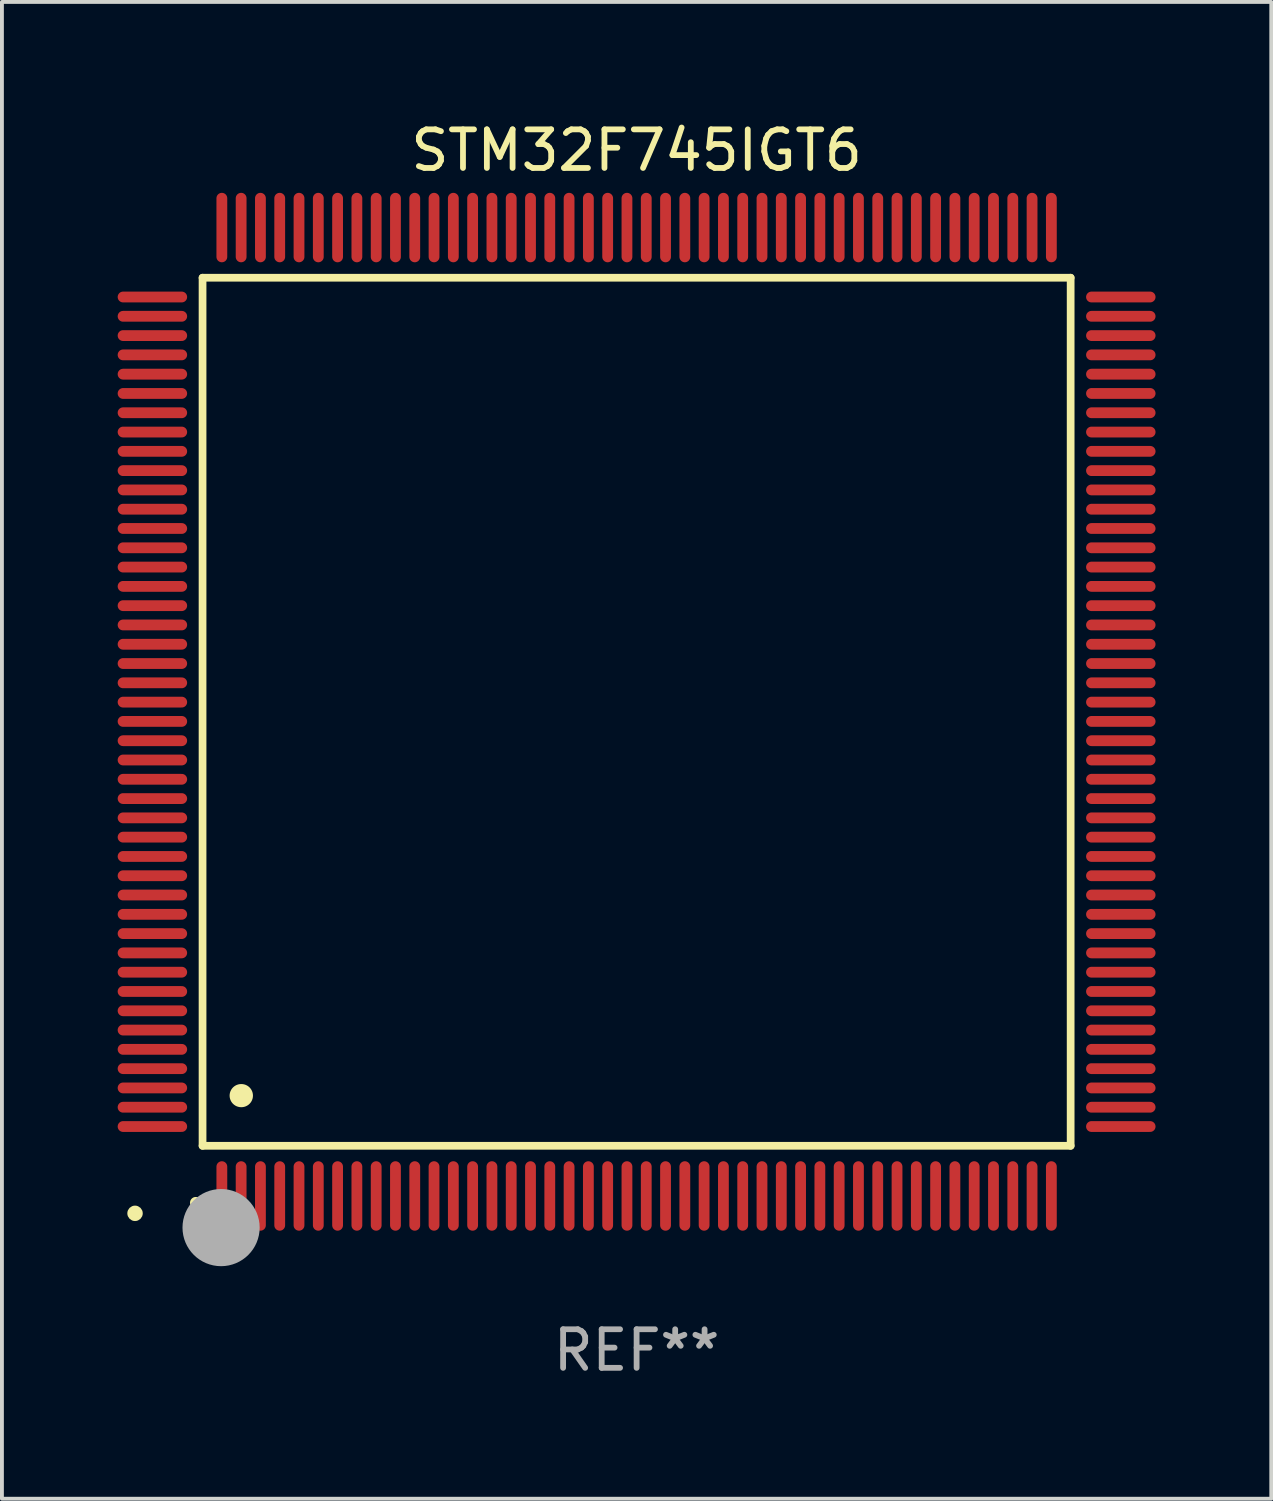
<source format=kicad_pcb>
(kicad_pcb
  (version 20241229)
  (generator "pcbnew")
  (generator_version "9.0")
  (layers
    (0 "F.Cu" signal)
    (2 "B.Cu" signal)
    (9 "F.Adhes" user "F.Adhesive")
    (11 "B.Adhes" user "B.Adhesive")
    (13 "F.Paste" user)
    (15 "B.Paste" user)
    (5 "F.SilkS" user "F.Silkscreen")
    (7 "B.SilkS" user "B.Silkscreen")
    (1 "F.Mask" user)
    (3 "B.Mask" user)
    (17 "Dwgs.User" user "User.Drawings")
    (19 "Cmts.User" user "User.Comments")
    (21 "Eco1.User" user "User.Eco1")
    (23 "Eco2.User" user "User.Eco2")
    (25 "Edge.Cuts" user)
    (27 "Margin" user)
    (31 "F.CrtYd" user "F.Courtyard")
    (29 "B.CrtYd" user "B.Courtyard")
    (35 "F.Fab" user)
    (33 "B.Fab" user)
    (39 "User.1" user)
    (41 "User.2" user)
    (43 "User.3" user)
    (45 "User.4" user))
  (footprint "STM32F745IGT6"
    (layer "F.Cu")
    (at 13.45 15.398)
    (property "Reference" "STM32F745IGT6" (at 0 -14.55 0) (layer "F.SilkS") (effects (font (size 1 1) (thickness 0.15))))
    (attr through_hole)
    (fp_line (start -11.25 -11.25) (end 11.25 -11.25) (stroke (width 0.2) (type solid)) (layer "F.SilkS"))
    (fp_line (start -11.25 11.25) (end -11.25 -11.25) (stroke (width 0.2) (type solid)) (layer "F.SilkS"))
    (fp_line (start 11.25 -11.25) (end 11.25 11.25) (stroke (width 0.2) (type solid)) (layer "F.SilkS"))
    (fp_line (start 11.25 11.25) (end -11.25 11.25) (stroke (width 0.2) (type solid)) (layer "F.SilkS"))
    (fp_arc (start -11.424943 12.725425) (mid -11.423673 12.72542) (end -11.422403 12.725425) (stroke (width 0.3) (type solid)) (layer "F.SilkS"))
    (fp_arc (start -10.24892 9.9492) (mid -10.24638 9.949189) (end -10.24384 9.9492) (stroke (width 0.6) (type solid)) (layer "F.SilkS"))
    (fp_circle (center -13 13) (end -12.9 13) (stroke (width 0.2) (type solid)) (fill no) (layer "F.SilkS"))
    (fp_circle (center -10.77 13.37) (end -10.27 13.37) (stroke (width 1) (type solid)) (fill no) (layer "F.Fab"))
    (fp_text user "REF**" (at 0 16.55 0) (layer "F.Fab") (effects (font (size 1 1) (thickness 0.15))))
    (pad "1" smd oval (at -10.75 12.55) (size 0.28 1.8) (layers "F.Cu" "F.Mask" "F.Paste"))
    (pad "2" smd oval (at -10.25 12.55) (size 0.28 1.8) (layers "F.Cu" "F.Mask" "F.Paste"))
    (pad "3" smd oval (at -9.75 12.55) (size 0.28 1.8) (layers "F.Cu" "F.Mask" "F.Paste"))
    (pad "4" smd oval (at -9.25 12.55) (size 0.28 1.8) (layers "F.Cu" "F.Mask" "F.Paste"))
    (pad "5" smd oval (at -8.75 12.55) (size 0.28 1.8) (layers "F.Cu" "F.Mask" "F.Paste"))
    (pad "6" smd oval (at -8.25 12.55) (size 0.28 1.8) (layers "F.Cu" "F.Mask" "F.Paste"))
    (pad "7" smd oval (at -7.75 12.55) (size 0.28 1.8) (layers "F.Cu" "F.Mask" "F.Paste"))
    (pad "8" smd oval (at -7.25 12.55) (size 0.28 1.8) (layers "F.Cu" "F.Mask" "F.Paste"))
    (pad "9" smd oval (at -6.75 12.55) (size 0.28 1.8) (layers "F.Cu" "F.Mask" "F.Paste"))
    (pad "10" smd oval (at -6.25 12.55) (size 0.28 1.8) (layers "F.Cu" "F.Mask" "F.Paste"))
    (pad "11" smd oval (at -5.75 12.55) (size 0.28 1.8) (layers "F.Cu" "F.Mask" "F.Paste"))
    (pad "12" smd oval (at -5.25 12.55) (size 0.28 1.8) (layers "F.Cu" "F.Mask" "F.Paste"))
    (pad "13" smd oval (at -4.75 12.55) (size 0.28 1.8) (layers "F.Cu" "F.Mask" "F.Paste"))
    (pad "14" smd oval (at -4.25 12.55) (size 0.28 1.8) (layers "F.Cu" "F.Mask" "F.Paste"))
    (pad "15" smd oval (at -3.75 12.55) (size 0.28 1.8) (layers "F.Cu" "F.Mask" "F.Paste"))
    (pad "16" smd oval (at -3.25 12.55) (size 0.28 1.8) (layers "F.Cu" "F.Mask" "F.Paste"))
    (pad "17" smd oval (at -2.75 12.55) (size 0.28 1.8) (layers "F.Cu" "F.Mask" "F.Paste"))
    (pad "18" smd oval (at -2.25 12.55) (size 0.28 1.8) (layers "F.Cu" "F.Mask" "F.Paste"))
    (pad "19" smd oval (at -1.75 12.55) (size 0.28 1.8) (layers "F.Cu" "F.Mask" "F.Paste"))
    (pad "20" smd oval (at -1.25 12.55) (size 0.28 1.8) (layers "F.Cu" "F.Mask" "F.Paste"))
    (pad "21" smd oval (at -0.75 12.55) (size 0.28 1.8) (layers "F.Cu" "F.Mask" "F.Paste"))
    (pad "22" smd oval (at -0.25 12.55) (size 0.28 1.8) (layers "F.Cu" "F.Mask" "F.Paste"))
    (pad "23" smd oval (at 0.25 12.55) (size 0.28 1.8) (layers "F.Cu" "F.Mask" "F.Paste"))
    (pad "24" smd oval (at 0.75 12.55) (size 0.28 1.8) (layers "F.Cu" "F.Mask" "F.Paste"))
    (pad "25" smd oval (at 1.25 12.55) (size 0.28 1.8) (layers "F.Cu" "F.Mask" "F.Paste"))
    (pad "26" smd oval (at 1.75 12.55) (size 0.28 1.8) (layers "F.Cu" "F.Mask" "F.Paste"))
    (pad "27" smd oval (at 2.25 12.55) (size 0.28 1.8) (layers "F.Cu" "F.Mask" "F.Paste"))
    (pad "28" smd oval (at 2.75 12.55) (size 0.28 1.8) (layers "F.Cu" "F.Mask" "F.Paste"))
    (pad "29" smd oval (at 3.25 12.55) (size 0.28 1.8) (layers "F.Cu" "F.Mask" "F.Paste"))
    (pad "30" smd oval (at 3.75 12.55) (size 0.28 1.8) (layers "F.Cu" "F.Mask" "F.Paste"))
    (pad "31" smd oval (at 4.25 12.55) (size 0.28 1.8) (layers "F.Cu" "F.Mask" "F.Paste"))
    (pad "32" smd oval (at 4.75 12.55) (size 0.28 1.8) (layers "F.Cu" "F.Mask" "F.Paste"))
    (pad "33" smd oval (at 5.25 12.55) (size 0.28 1.8) (layers "F.Cu" "F.Mask" "F.Paste"))
    (pad "34" smd oval (at 5.75 12.55) (size 0.28 1.8) (layers "F.Cu" "F.Mask" "F.Paste"))
    (pad "35" smd oval (at 6.25 12.55) (size 0.28 1.8) (layers "F.Cu" "F.Mask" "F.Paste"))
    (pad "36" smd oval (at 6.75 12.55) (size 0.28 1.8) (layers "F.Cu" "F.Mask" "F.Paste"))
    (pad "37" smd oval (at 7.25 12.55) (size 0.28 1.8) (layers "F.Cu" "F.Mask" "F.Paste"))
    (pad "38" smd oval (at 7.75 12.55) (size 0.28 1.8) (layers "F.Cu" "F.Mask" "F.Paste"))
    (pad "39" smd oval (at 8.25 12.55) (size 0.28 1.8) (layers "F.Cu" "F.Mask" "F.Paste"))
    (pad "40" smd oval (at 8.75 12.55) (size 0.28 1.8) (layers "F.Cu" "F.Mask" "F.Paste"))
    (pad "41" smd oval (at 9.25 12.55) (size 0.28 1.8) (layers "F.Cu" "F.Mask" "F.Paste"))
    (pad "42" smd oval (at 9.75 12.55) (size 0.28 1.8) (layers "F.Cu" "F.Mask" "F.Paste"))
    (pad "43" smd oval (at 10.25 12.55) (size 0.28 1.8) (layers "F.Cu" "F.Mask" "F.Paste"))
    (pad "44" smd oval (at 10.75 12.55) (size 0.28 1.8) (layers "F.Cu" "F.Mask" "F.Paste"))
    (pad "45" smd oval (at 12.55 10.75) (size 1.8 0.28) (layers "F.Cu" "F.Mask" "F.Paste"))
    (pad "46" smd oval (at 12.55 10.25) (size 1.8 0.28) (layers "F.Cu" "F.Mask" "F.Paste"))
    (pad "47" smd oval (at 12.55 9.75) (size 1.8 0.28) (layers "F.Cu" "F.Mask" "F.Paste"))
    (pad "48" smd oval (at 12.55 9.25) (size 1.8 0.28) (layers "F.Cu" "F.Mask" "F.Paste"))
    (pad "49" smd oval (at 12.55 8.75) (size 1.8 0.28) (layers "F.Cu" "F.Mask" "F.Paste"))
    (pad "50" smd oval (at 12.55 8.25) (size 1.8 0.28) (layers "F.Cu" "F.Mask" "F.Paste"))
    (pad "51" smd oval (at 12.55 7.75) (size 1.8 0.28) (layers "F.Cu" "F.Mask" "F.Paste"))
    (pad "52" smd oval (at 12.55 7.25) (size 1.8 0.28) (layers "F.Cu" "F.Mask" "F.Paste"))
    (pad "53" smd oval (at 12.55 6.75) (size 1.8 0.28) (layers "F.Cu" "F.Mask" "F.Paste"))
    (pad "54" smd oval (at 12.55 6.25) (size 1.8 0.28) (layers "F.Cu" "F.Mask" "F.Paste"))
    (pad "55" smd oval (at 12.55 5.75) (size 1.8 0.28) (layers "F.Cu" "F.Mask" "F.Paste"))
    (pad "56" smd oval (at 12.55 5.25) (size 1.8 0.28) (layers "F.Cu" "F.Mask" "F.Paste"))
    (pad "57" smd oval (at 12.55 4.75) (size 1.8 0.28) (layers "F.Cu" "F.Mask" "F.Paste"))
    (pad "58" smd oval (at 12.55 4.25) (size 1.8 0.28) (layers "F.Cu" "F.Mask" "F.Paste"))
    (pad "59" smd oval (at 12.55 3.75) (size 1.8 0.28) (layers "F.Cu" "F.Mask" "F.Paste"))
    (pad "60" smd oval (at 12.55 3.25) (size 1.8 0.28) (layers "F.Cu" "F.Mask" "F.Paste"))
    (pad "61" smd oval (at 12.55 2.75) (size 1.8 0.28) (layers "F.Cu" "F.Mask" "F.Paste"))
    (pad "62" smd oval (at 12.55 2.25) (size 1.8 0.28) (layers "F.Cu" "F.Mask" "F.Paste"))
    (pad "63" smd oval (at 12.55 1.75) (size 1.8 0.28) (layers "F.Cu" "F.Mask" "F.Paste"))
    (pad "64" smd oval (at 12.55 1.25) (size 1.8 0.28) (layers "F.Cu" "F.Mask" "F.Paste"))
    (pad "65" smd oval (at 12.55 0.75) (size 1.8 0.28) (layers "F.Cu" "F.Mask" "F.Paste"))
    (pad "66" smd oval (at 12.55 0.25) (size 1.8 0.28) (layers "F.Cu" "F.Mask" "F.Paste"))
    (pad "67" smd oval (at 12.55 -0.25) (size 1.8 0.28) (layers "F.Cu" "F.Mask" "F.Paste"))
    (pad "68" smd oval (at 12.55 -0.75) (size 1.8 0.28) (layers "F.Cu" "F.Mask" "F.Paste"))
    (pad "69" smd oval (at 12.55 -1.25) (size 1.8 0.28) (layers "F.Cu" "F.Mask" "F.Paste"))
    (pad "70" smd oval (at 12.55 -1.75) (size 1.8 0.28) (layers "F.Cu" "F.Mask" "F.Paste"))
    (pad "71" smd oval (at 12.55 -2.25) (size 1.8 0.28) (layers "F.Cu" "F.Mask" "F.Paste"))
    (pad "72" smd oval (at 12.55 -2.75) (size 1.8 0.28) (layers "F.Cu" "F.Mask" "F.Paste"))
    (pad "73" smd oval (at 12.55 -3.25) (size 1.8 0.28) (layers "F.Cu" "F.Mask" "F.Paste"))
    (pad "74" smd oval (at 12.55 -3.75) (size 1.8 0.28) (layers "F.Cu" "F.Mask" "F.Paste"))
    (pad "75" smd oval (at 12.55 -4.25) (size 1.8 0.28) (layers "F.Cu" "F.Mask" "F.Paste"))
    (pad "76" smd oval (at 12.55 -4.75) (size 1.8 0.28) (layers "F.Cu" "F.Mask" "F.Paste"))
    (pad "77" smd oval (at 12.55 -5.25) (size 1.8 0.28) (layers "F.Cu" "F.Mask" "F.Paste"))
    (pad "78" smd oval (at 12.55 -5.75) (size 1.8 0.28) (layers "F.Cu" "F.Mask" "F.Paste"))
    (pad "79" smd oval (at 12.55 -6.25) (size 1.8 0.28) (layers "F.Cu" "F.Mask" "F.Paste"))
    (pad "80" smd oval (at 12.55 -6.75) (size 1.8 0.28) (layers "F.Cu" "F.Mask" "F.Paste"))
    (pad "81" smd oval (at 12.55 -7.25) (size 1.8 0.28) (layers "F.Cu" "F.Mask" "F.Paste"))
    (pad "82" smd oval (at 12.55 -7.75) (size 1.8 0.28) (layers "F.Cu" "F.Mask" "F.Paste"))
    (pad "83" smd oval (at 12.55 -8.25) (size 1.8 0.28) (layers "F.Cu" "F.Mask" "F.Paste"))
    (pad "84" smd oval (at 12.55 -8.75) (size 1.8 0.28) (layers "F.Cu" "F.Mask" "F.Paste"))
    (pad "85" smd oval (at 12.55 -9.25) (size 1.8 0.28) (layers "F.Cu" "F.Mask" "F.Paste"))
    (pad "86" smd oval (at 12.55 -9.75) (size 1.8 0.28) (layers "F.Cu" "F.Mask" "F.Paste"))
    (pad "87" smd oval (at 12.55 -10.25) (size 1.8 0.28) (layers "F.Cu" "F.Mask" "F.Paste"))
    (pad "88" smd oval (at 12.55 -10.75) (size 1.8 0.28) (layers "F.Cu" "F.Mask" "F.Paste"))
    (pad "89" smd oval (at 10.75 -12.55) (size 0.28 1.8) (layers "F.Cu" "F.Mask" "F.Paste"))
    (pad "90" smd oval (at 10.25 -12.55) (size 0.28 1.8) (layers "F.Cu" "F.Mask" "F.Paste"))
    (pad "91" smd oval (at 9.75 -12.55) (size 0.28 1.8) (layers "F.Cu" "F.Mask" "F.Paste"))
    (pad "92" smd oval (at 9.25 -12.55) (size 0.28 1.8) (layers "F.Cu" "F.Mask" "F.Paste"))
    (pad "93" smd oval (at 8.75 -12.55) (size 0.28 1.8) (layers "F.Cu" "F.Mask" "F.Paste"))
    (pad "94" smd oval (at 8.25 -12.55) (size 0.28 1.8) (layers "F.Cu" "F.Mask" "F.Paste"))
    (pad "95" smd oval (at 7.75 -12.55) (size 0.28 1.8) (layers "F.Cu" "F.Mask" "F.Paste"))
    (pad "96" smd oval (at 7.25 -12.55) (size 0.28 1.8) (layers "F.Cu" "F.Mask" "F.Paste"))
    (pad "97" smd oval (at 6.75 -12.55) (size 0.28 1.8) (layers "F.Cu" "F.Mask" "F.Paste"))
    (pad "98" smd oval (at 6.25 -12.55) (size 0.28 1.8) (layers "F.Cu" "F.Mask" "F.Paste"))
    (pad "99" smd oval (at 5.75 -12.55) (size 0.28 1.8) (layers "F.Cu" "F.Mask" "F.Paste"))
    (pad "100" smd oval (at 5.25 -12.55) (size 0.28 1.8) (layers "F.Cu" "F.Mask" "F.Paste"))
    (pad "101" smd oval (at 4.75 -12.55) (size 0.28 1.8) (layers "F.Cu" "F.Mask" "F.Paste"))
    (pad "102" smd oval (at 4.25 -12.55) (size 0.28 1.8) (layers "F.Cu" "F.Mask" "F.Paste"))
    (pad "103" smd oval (at 3.75 -12.55) (size 0.28 1.8) (layers "F.Cu" "F.Mask" "F.Paste"))
    (pad "104" smd oval (at 3.25 -12.55) (size 0.28 1.8) (layers "F.Cu" "F.Mask" "F.Paste"))
    (pad "105" smd oval (at 2.75 -12.55) (size 0.28 1.8) (layers "F.Cu" "F.Mask" "F.Paste"))
    (pad "106" smd oval (at 2.25 -12.55) (size 0.28 1.8) (layers "F.Cu" "F.Mask" "F.Paste"))
    (pad "107" smd oval (at 1.75 -12.55) (size 0.28 1.8) (layers "F.Cu" "F.Mask" "F.Paste"))
    (pad "108" smd oval (at 1.25 -12.55) (size 0.28 1.8) (layers "F.Cu" "F.Mask" "F.Paste"))
    (pad "109" smd oval (at 0.75 -12.55) (size 0.28 1.8) (layers "F.Cu" "F.Mask" "F.Paste"))
    (pad "110" smd oval (at 0.25 -12.55) (size 0.28 1.8) (layers "F.Cu" "F.Mask" "F.Paste"))
    (pad "111" smd oval (at -0.25 -12.55) (size 0.28 1.8) (layers "F.Cu" "F.Mask" "F.Paste"))
    (pad "112" smd oval (at -0.75 -12.55) (size 0.28 1.8) (layers "F.Cu" "F.Mask" "F.Paste"))
    (pad "113" smd oval (at -1.25 -12.55) (size 0.28 1.8) (layers "F.Cu" "F.Mask" "F.Paste"))
    (pad "114" smd oval (at -1.75 -12.55) (size 0.28 1.8) (layers "F.Cu" "F.Mask" "F.Paste"))
    (pad "115" smd oval (at -2.25 -12.55) (size 0.28 1.8) (layers "F.Cu" "F.Mask" "F.Paste"))
    (pad "116" smd oval (at -2.75 -12.55) (size 0.28 1.8) (layers "F.Cu" "F.Mask" "F.Paste"))
    (pad "117" smd oval (at -3.25 -12.55) (size 0.28 1.8) (layers "F.Cu" "F.Mask" "F.Paste"))
    (pad "118" smd oval (at -3.75 -12.55) (size 0.28 1.8) (layers "F.Cu" "F.Mask" "F.Paste"))
    (pad "119" smd oval (at -4.25 -12.55) (size 0.28 1.8) (layers "F.Cu" "F.Mask" "F.Paste"))
    (pad "120" smd oval (at -4.75 -12.55) (size 0.28 1.8) (layers "F.Cu" "F.Mask" "F.Paste"))
    (pad "121" smd oval (at -5.25 -12.55) (size 0.28 1.8) (layers "F.Cu" "F.Mask" "F.Paste"))
    (pad "122" smd oval (at -5.75 -12.55) (size 0.28 1.8) (layers "F.Cu" "F.Mask" "F.Paste"))
    (pad "123" smd oval (at -6.25 -12.55) (size 0.28 1.8) (layers "F.Cu" "F.Mask" "F.Paste"))
    (pad "124" smd oval (at -6.75 -12.55) (size 0.28 1.8) (layers "F.Cu" "F.Mask" "F.Paste"))
    (pad "125" smd oval (at -7.25 -12.55) (size 0.28 1.8) (layers "F.Cu" "F.Mask" "F.Paste"))
    (pad "126" smd oval (at -7.75 -12.55) (size 0.28 1.8) (layers "F.Cu" "F.Mask" "F.Paste"))
    (pad "127" smd oval (at -8.25 -12.55) (size 0.28 1.8) (layers "F.Cu" "F.Mask" "F.Paste"))
    (pad "128" smd oval (at -8.75 -12.55) (size 0.28 1.8) (layers "F.Cu" "F.Mask" "F.Paste"))
    (pad "129" smd oval (at -9.25 -12.55) (size 0.28 1.8) (layers "F.Cu" "F.Mask" "F.Paste"))
    (pad "130" smd oval (at -9.75 -12.55) (size 0.28 1.8) (layers "F.Cu" "F.Mask" "F.Paste"))
    (pad "131" smd oval (at -10.25 -12.55) (size 0.28 1.8) (layers "F.Cu" "F.Mask" "F.Paste"))
    (pad "132" smd oval (at -10.75 -12.55) (size 0.28 1.8) (layers "F.Cu" "F.Mask" "F.Paste"))
    (pad "133" smd oval (at -12.55 -10.75) (size 1.8 0.28) (layers "F.Cu" "F.Mask" "F.Paste"))
    (pad "134" smd oval (at -12.55 -10.25) (size 1.8 0.28) (layers "F.Cu" "F.Mask" "F.Paste"))
    (pad "135" smd oval (at -12.55 -9.75) (size 1.8 0.28) (layers "F.Cu" "F.Mask" "F.Paste"))
    (pad "136" smd oval (at -12.55 -9.25) (size 1.8 0.28) (layers "F.Cu" "F.Mask" "F.Paste"))
    (pad "137" smd oval (at -12.55 -8.75) (size 1.8 0.28) (layers "F.Cu" "F.Mask" "F.Paste"))
    (pad "138" smd oval (at -12.55 -8.25) (size 1.8 0.28) (layers "F.Cu" "F.Mask" "F.Paste"))
    (pad "139" smd oval (at -12.55 -7.75) (size 1.8 0.28) (layers "F.Cu" "F.Mask" "F.Paste"))
    (pad "140" smd oval (at -12.55 -7.25) (size 1.8 0.28) (layers "F.Cu" "F.Mask" "F.Paste"))
    (pad "141" smd oval (at -12.55 -6.75) (size 1.8 0.28) (layers "F.Cu" "F.Mask" "F.Paste"))
    (pad "142" smd oval (at -12.55 -6.25) (size 1.8 0.28) (layers "F.Cu" "F.Mask" "F.Paste"))
    (pad "143" smd oval (at -12.55 -5.75) (size 1.8 0.28) (layers "F.Cu" "F.Mask" "F.Paste"))
    (pad "144" smd oval (at -12.55 -5.25) (size 1.8 0.28) (layers "F.Cu" "F.Mask" "F.Paste"))
    (pad "145" smd oval (at -12.55 -4.75) (size 1.8 0.28) (layers "F.Cu" "F.Mask" "F.Paste"))
    (pad "146" smd oval (at -12.55 -4.25) (size 1.8 0.28) (layers "F.Cu" "F.Mask" "F.Paste"))
    (pad "147" smd oval (at -12.55 -3.75) (size 1.8 0.28) (layers "F.Cu" "F.Mask" "F.Paste"))
    (pad "148" smd oval (at -12.55 -3.25) (size 1.8 0.28) (layers "F.Cu" "F.Mask" "F.Paste"))
    (pad "149" smd oval (at -12.55 -2.75) (size 1.8 0.28) (layers "F.Cu" "F.Mask" "F.Paste"))
    (pad "150" smd oval (at -12.55 -2.25) (size 1.8 0.28) (layers "F.Cu" "F.Mask" "F.Paste"))
    (pad "151" smd oval (at -12.55 -1.75) (size 1.8 0.28) (layers "F.Cu" "F.Mask" "F.Paste"))
    (pad "152" smd oval (at -12.55 -1.25) (size 1.8 0.28) (layers "F.Cu" "F.Mask" "F.Paste"))
    (pad "153" smd oval (at -12.55 -0.75) (size 1.8 0.28) (layers "F.Cu" "F.Mask" "F.Paste"))
    (pad "154" smd oval (at -12.55 -0.25) (size 1.8 0.28) (layers "F.Cu" "F.Mask" "F.Paste"))
    (pad "155" smd oval (at -12.55 0.25) (size 1.8 0.28) (layers "F.Cu" "F.Mask" "F.Paste"))
    (pad "156" smd oval (at -12.55 0.75) (size 1.8 0.28) (layers "F.Cu" "F.Mask" "F.Paste"))
    (pad "157" smd oval (at -12.55 1.25) (size 1.8 0.28) (layers "F.Cu" "F.Mask" "F.Paste"))
    (pad "158" smd oval (at -12.55 1.75) (size 1.8 0.28) (layers "F.Cu" "F.Mask" "F.Paste"))
    (pad "159" smd oval (at -12.55 2.25) (size 1.8 0.28) (layers "F.Cu" "F.Mask" "F.Paste"))
    (pad "160" smd oval (at -12.55 2.75) (size 1.8 0.28) (layers "F.Cu" "F.Mask" "F.Paste"))
    (pad "161" smd oval (at -12.55 3.25) (size 1.8 0.28) (layers "F.Cu" "F.Mask" "F.Paste"))
    (pad "162" smd oval (at -12.55 3.75) (size 1.8 0.28) (layers "F.Cu" "F.Mask" "F.Paste"))
    (pad "163" smd oval (at -12.55 4.25) (size 1.8 0.28) (layers "F.Cu" "F.Mask" "F.Paste"))
    (pad "164" smd oval (at -12.55 4.75) (size 1.8 0.28) (layers "F.Cu" "F.Mask" "F.Paste"))
    (pad "165" smd oval (at -12.55 5.25) (size 1.8 0.28) (layers "F.Cu" "F.Mask" "F.Paste"))
    (pad "166" smd oval (at -12.55 5.75) (size 1.8 0.28) (layers "F.Cu" "F.Mask" "F.Paste"))
    (pad "167" smd oval (at -12.55 6.25) (size 1.8 0.28) (layers "F.Cu" "F.Mask" "F.Paste"))
    (pad "168" smd oval (at -12.55 6.75) (size 1.8 0.28) (layers "F.Cu" "F.Mask" "F.Paste"))
    (pad "169" smd oval (at -12.55 7.25) (size 1.8 0.28) (layers "F.Cu" "F.Mask" "F.Paste"))
    (pad "170" smd oval (at -12.55 7.75) (size 1.8 0.28) (layers "F.Cu" "F.Mask" "F.Paste"))
    (pad "171" smd oval (at -12.55 8.25) (size 1.8 0.28) (layers "F.Cu" "F.Mask" "F.Paste"))
    (pad "172" smd oval (at -12.55 8.75) (size 1.8 0.28) (layers "F.Cu" "F.Mask" "F.Paste"))
    (pad "173" smd oval (at -12.55 9.25) (size 1.8 0.28) (layers "F.Cu" "F.Mask" "F.Paste"))
    (pad "174" smd oval (at -12.55 9.75) (size 1.8 0.28) (layers "F.Cu" "F.Mask" "F.Paste"))
    (pad "175" smd oval (at -12.55 10.25) (size 1.8 0.28) (layers "F.Cu" "F.Mask" "F.Paste"))
    (pad "176" smd oval (at -12.55 10.75) (size 1.8 0.28) (layers "F.Cu" "F.Mask" "F.Paste")))
  (gr_rect
    (start -3 -3)
    (end 29.9 35.796)
    (stroke (width 0.1) (type default))
    (fill no)
    (layer "Edge.Cuts")))
</source>
